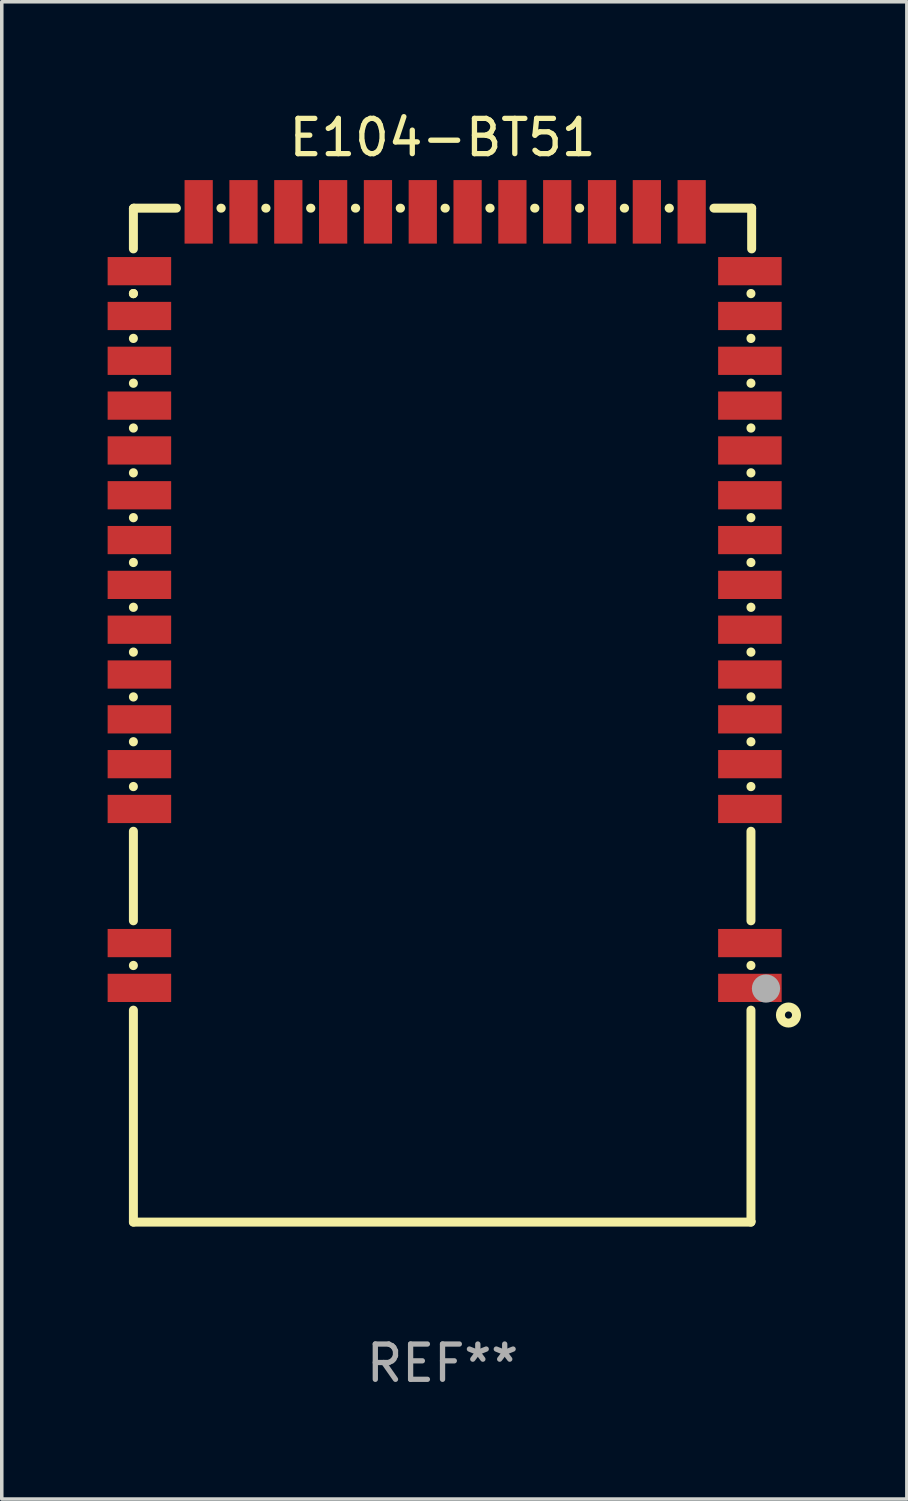
<source format=kicad_pcb>
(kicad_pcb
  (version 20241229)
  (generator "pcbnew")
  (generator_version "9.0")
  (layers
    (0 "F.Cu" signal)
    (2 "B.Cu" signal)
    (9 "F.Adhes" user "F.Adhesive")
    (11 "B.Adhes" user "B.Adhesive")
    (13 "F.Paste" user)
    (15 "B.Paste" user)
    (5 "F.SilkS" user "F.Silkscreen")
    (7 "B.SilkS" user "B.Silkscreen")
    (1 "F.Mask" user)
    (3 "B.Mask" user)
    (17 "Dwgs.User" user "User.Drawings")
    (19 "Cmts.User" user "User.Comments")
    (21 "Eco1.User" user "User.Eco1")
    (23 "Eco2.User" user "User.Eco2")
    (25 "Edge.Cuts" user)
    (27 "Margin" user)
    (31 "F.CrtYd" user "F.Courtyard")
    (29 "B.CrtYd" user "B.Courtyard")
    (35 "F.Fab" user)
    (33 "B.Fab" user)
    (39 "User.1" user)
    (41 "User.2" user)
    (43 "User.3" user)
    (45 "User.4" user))
  (footprint "E104-BT51"
    (layer "F.Cu")
    (at 9.49 17.215)
    (property "Reference" "E104-BT51" (at 0 -16.366 0) (layer "F.SilkS") (effects (font (size 1 1) (thickness 0.15))))
    (attr through_hole)
    (fp_line (start -8.76 -14.356) (end -8.75 -14.366) (stroke (width 0.254) (type solid)) (layer "F.SilkS"))
    (fp_line (start -8.76 -13.212) (end -8.76 -14.356) (stroke (width 0.254) (type solid)) (layer "F.SilkS"))
    (fp_line (start -8.76 -11.942) (end -8.76 -11.95) (stroke (width 0.254) (type solid)) (layer "F.SilkS"))
    (fp_line (start -8.76 -11.942) (end -8.76 -11.95) (stroke (width 0.254) (type solid)) (layer "F.SilkS"))
    (fp_line (start -8.76 -10.672) (end -8.76 -10.68) (stroke (width 0.254) (type solid)) (layer "F.SilkS"))
    (fp_line (start -8.76 -9.402) (end -8.76 -9.41) (stroke (width 0.254) (type solid)) (layer "F.SilkS"))
    (fp_line (start -8.76 -8.132) (end -8.76 -8.14) (stroke (width 0.254) (type solid)) (layer "F.SilkS"))
    (fp_line (start -8.76 -6.862) (end -8.76 -6.87) (stroke (width 0.254) (type solid)) (layer "F.SilkS"))
    (fp_line (start -8.76 -5.592) (end -8.76 -5.6) (stroke (width 0.254) (type solid)) (layer "F.SilkS"))
    (fp_line (start -8.76 -4.322) (end -8.76 -4.33) (stroke (width 0.254) (type solid)) (layer "F.SilkS"))
    (fp_line (start -8.76 -3.052) (end -8.76 -3.06) (stroke (width 0.254) (type solid)) (layer "F.SilkS"))
    (fp_line (start -8.76 -1.782) (end -8.76 -1.79) (stroke (width 0.254) (type solid)) (layer "F.SilkS"))
    (fp_line (start -8.76 -0.512) (end -8.76 -0.52) (stroke (width 0.254) (type solid)) (layer "F.SilkS"))
    (fp_line (start -8.76 0.758) (end -8.76 0.75) (stroke (width 0.254) (type solid)) (layer "F.SilkS"))
    (fp_line (start -8.76 2.028) (end -8.76 2.02) (stroke (width 0.254) (type solid)) (layer "F.SilkS"))
    (fp_line (start -8.76 5.828) (end -8.76 3.29) (stroke (width 0.254) (type solid)) (layer "F.SilkS"))
    (fp_line (start -8.76 7.098) (end -8.76 7.09) (stroke (width 0.254) (type solid)) (layer "F.SilkS"))
    (fp_line (start -8.76 14.366) (end -8.76 8.36) (stroke (width 0.254) (type solid)) (layer "F.SilkS"))
    (fp_line (start -8.75 -14.366) (end -7.541 -14.366) (stroke (width 0.254) (type solid)) (layer "F.SilkS"))
    (fp_line (start -6.279 -14.366) (end -6.271 -14.366) (stroke (width 0.254) (type solid)) (layer "F.SilkS"))
    (fp_line (start -5.009 -14.366) (end -5.001 -14.366) (stroke (width 0.254) (type solid)) (layer "F.SilkS"))
    (fp_line (start -3.739 -14.366) (end -3.731 -14.366) (stroke (width 0.254) (type solid)) (layer "F.SilkS"))
    (fp_line (start -2.469 -14.366) (end -2.461 -14.366) (stroke (width 0.254) (type solid)) (layer "F.SilkS"))
    (fp_line (start -1.199 -14.366) (end -1.191 -14.366) (stroke (width 0.254) (type solid)) (layer "F.SilkS"))
    (fp_line (start 0.071 -14.366) (end 0.079 -14.366) (stroke (width 0.254) (type solid)) (layer "F.SilkS"))
    (fp_line (start 1.341 -14.366) (end 1.349 -14.366) (stroke (width 0.254) (type solid)) (layer "F.SilkS"))
    (fp_line (start 2.611 -14.366) (end 2.619 -14.366) (stroke (width 0.254) (type solid)) (layer "F.SilkS"))
    (fp_line (start 3.881 -14.366) (end 3.889 -14.366) (stroke (width 0.254) (type solid)) (layer "F.SilkS"))
    (fp_line (start 5.151 -14.366) (end 5.159 -14.366) (stroke (width 0.254) (type solid)) (layer "F.SilkS"))
    (fp_line (start 6.421 -14.366) (end 6.429 -14.366) (stroke (width 0.254) (type solid)) (layer "F.SilkS"))
    (fp_line (start 7.691 -14.366) (end 8.76 -14.366) (stroke (width 0.254) (type solid)) (layer "F.SilkS"))
    (fp_line (start 8.74 -11.95) (end 8.74 -11.942) (stroke (width 0.254) (type solid)) (layer "F.SilkS"))
    (fp_line (start 8.74 -10.68) (end 8.74 -10.672) (stroke (width 0.254) (type solid)) (layer "F.SilkS"))
    (fp_line (start 8.74 -9.41) (end 8.74 -9.402) (stroke (width 0.254) (type solid)) (layer "F.SilkS"))
    (fp_line (start 8.74 -8.14) (end 8.74 -8.132) (stroke (width 0.254) (type solid)) (layer "F.SilkS"))
    (fp_line (start 8.74 -6.87) (end 8.74 -6.862) (stroke (width 0.254) (type solid)) (layer "F.SilkS"))
    (fp_line (start 8.74 -5.6) (end 8.74 -5.592) (stroke (width 0.254) (type solid)) (layer "F.SilkS"))
    (fp_line (start 8.74 -4.33) (end 8.74 -4.322) (stroke (width 0.254) (type solid)) (layer "F.SilkS"))
    (fp_line (start 8.74 -3.06) (end 8.74 -3.052) (stroke (width 0.254) (type solid)) (layer "F.SilkS"))
    (fp_line (start 8.74 -1.79) (end 8.74 -1.782) (stroke (width 0.254) (type solid)) (layer "F.SilkS"))
    (fp_line (start 8.74 -0.52) (end 8.74 -0.512) (stroke (width 0.254) (type solid)) (layer "F.SilkS"))
    (fp_line (start 8.74 0.75) (end 8.74 0.758) (stroke (width 0.254) (type solid)) (layer "F.SilkS"))
    (fp_line (start 8.74 2.02) (end 8.74 2.028) (stroke (width 0.254) (type solid)) (layer "F.SilkS"))
    (fp_line (start 8.74 3.29) (end 8.74 5.828) (stroke (width 0.254) (type solid)) (layer "F.SilkS"))
    (fp_line (start 8.74 7.09) (end 8.74 7.098) (stroke (width 0.254) (type solid)) (layer "F.SilkS"))
    (fp_line (start 8.74 8.36) (end 8.74 14.366) (stroke (width 0.254) (type solid)) (layer "F.SilkS"))
    (fp_line (start 8.74 14.366) (end -8.76 14.366) (stroke (width 0.254) (type solid)) (layer "F.SilkS"))
    (fp_line (start 8.76 -14.366) (end 8.76 -13.212) (stroke (width 0.254) (type solid)) (layer "F.SilkS"))
    (fp_circle (center 8.81 14.339) (end 8.84 14.339) (stroke (width 0.06) (type solid)) (fill no) (layer "F.SilkS"))
    (fp_circle (center 9.803 8.498) (end 10.031 8.498) (stroke (width 0.254) (type solid)) (fill no) (layer "F.SilkS"))
    (fp_circle (center 9.166 7.747) (end 9.366 7.747) (stroke (width 0.4) (type solid)) (fill no) (layer "F.Fab"))
    (fp_text user "REF**" (at 0 18.366 0) (layer "F.Fab") (effects (font (size 1 1) (thickness 0.15))))
    (pad "1" smd rect (at 8.71 7.729 180) (size 1.8 0.8) (layers "F.Cu" "F.Mask" "F.Paste"))
    (pad "2" smd rect (at 8.71 6.459 180) (size 1.8 0.8) (layers "F.Cu" "F.Mask" "F.Paste"))
    (pad "3" smd rect (at 8.71 2.659 180) (size 1.8 0.8) (layers "F.Cu" "F.Mask" "F.Paste"))
    (pad "4" smd rect (at 8.71 1.389 180) (size 1.8 0.8) (layers "F.Cu" "F.Mask" "F.Paste"))
    (pad "5" smd rect (at 8.71 0.119 180) (size 1.8 0.8) (layers "F.Cu" "F.Mask" "F.Paste"))
    (pad "6" smd rect (at 8.71 -1.151 180) (size 1.8 0.8) (layers "F.Cu" "F.Mask" "F.Paste"))
    (pad "7" smd rect (at 8.71 -2.421 180) (size 1.8 0.8) (layers "F.Cu" "F.Mask" "F.Paste"))
    (pad "8" smd rect (at 8.71 -3.691 180) (size 1.8 0.8) (layers "F.Cu" "F.Mask" "F.Paste"))
    (pad "9" smd rect (at 8.71 -4.961 180) (size 1.8 0.8) (layers "F.Cu" "F.Mask" "F.Paste"))
    (pad "10" smd rect (at 8.71 -6.231 180) (size 1.8 0.8) (layers "F.Cu" "F.Mask" "F.Paste"))
    (pad "11" smd rect (at 8.71 -7.501 180) (size 1.8 0.8) (layers "F.Cu" "F.Mask" "F.Paste"))
    (pad "12" smd rect (at 8.71 -8.771 180) (size 1.8 0.8) (layers "F.Cu" "F.Mask" "F.Paste"))
    (pad "13" smd rect (at 8.71 -10.041 180) (size 1.8 0.8) (layers "F.Cu" "F.Mask" "F.Paste"))
    (pad "14" smd rect (at 8.71 -11.311 180) (size 1.8 0.8) (layers "F.Cu" "F.Mask" "F.Paste"))
    (pad "15" smd rect (at 8.71 -12.581 180) (size 1.8 0.8) (layers "F.Cu" "F.Mask" "F.Paste"))
    (pad "16" smd rect (at 7.06 -14.262 270) (size 1.8 0.8) (layers "F.Cu" "F.Mask" "F.Paste"))
    (pad "17" smd rect (at 5.79 -14.262 270) (size 1.8 0.8) (layers "F.Cu" "F.Mask" "F.Paste"))
    (pad "18" smd rect (at 4.52 -14.262 270) (size 1.8 0.8) (layers "F.Cu" "F.Mask" "F.Paste"))
    (pad "19" smd rect (at 3.25 -14.262 270) (size 1.8 0.8) (layers "F.Cu" "F.Mask" "F.Paste"))
    (pad "20" smd rect (at 1.98 -14.262 270) (size 1.8 0.8) (layers "F.Cu" "F.Mask" "F.Paste"))
    (pad "21" smd rect (at 0.71 -14.262 270) (size 1.8 0.8) (layers "F.Cu" "F.Mask" "F.Paste"))
    (pad "22" smd rect (at -0.56 -14.262 270) (size 1.8 0.8) (layers "F.Cu" "F.Mask" "F.Paste"))
    (pad "23" smd rect (at -1.83 -14.262 270) (size 1.8 0.8) (layers "F.Cu" "F.Mask" "F.Paste"))
    (pad "24" smd rect (at -3.1 -14.262 270) (size 1.8 0.8) (layers "F.Cu" "F.Mask" "F.Paste"))
    (pad "25" smd rect (at -4.37 -14.262 270) (size 1.8 0.8) (layers "F.Cu" "F.Mask" "F.Paste"))
    (pad "26" smd rect (at -5.64 -14.262 270) (size 1.8 0.8) (layers "F.Cu" "F.Mask" "F.Paste"))
    (pad "27" smd rect (at -6.91 -14.262 270) (size 1.8 0.8) (layers "F.Cu" "F.Mask" "F.Paste"))
    (pad "28" smd rect (at -8.59 -12.581) (size 1.8 0.8) (layers "F.Cu" "F.Mask" "F.Paste"))
    (pad "29" smd rect (at -8.59 -11.311) (size 1.8 0.8) (layers "F.Cu" "F.Mask" "F.Paste"))
    (pad "30" smd rect (at -8.59 -10.041) (size 1.8 0.8) (layers "F.Cu" "F.Mask" "F.Paste"))
    (pad "31" smd rect (at -8.59 -8.771) (size 1.8 0.8) (layers "F.Cu" "F.Mask" "F.Paste"))
    (pad "32" smd rect (at -8.59 -7.501) (size 1.8 0.8) (layers "F.Cu" "F.Mask" "F.Paste"))
    (pad "33" smd rect (at -8.59 -6.231) (size 1.8 0.8) (layers "F.Cu" "F.Mask" "F.Paste"))
    (pad "34" smd rect (at -8.59 -4.961) (size 1.8 0.8) (layers "F.Cu" "F.Mask" "F.Paste"))
    (pad "35" smd rect (at -8.59 -3.691) (size 1.8 0.8) (layers "F.Cu" "F.Mask" "F.Paste"))
    (pad "36" smd rect (at -8.59 -2.421) (size 1.8 0.8) (layers "F.Cu" "F.Mask" "F.Paste"))
    (pad "37" smd rect (at -8.59 -1.151) (size 1.8 0.8) (layers "F.Cu" "F.Mask" "F.Paste"))
    (pad "38" smd rect (at -8.59 0.119) (size 1.8 0.8) (layers "F.Cu" "F.Mask" "F.Paste"))
    (pad "39" smd rect (at -8.59 1.389) (size 1.8 0.8) (layers "F.Cu" "F.Mask" "F.Paste"))
    (pad "40" smd rect (at -8.59 2.659) (size 1.8 0.8) (layers "F.Cu" "F.Mask" "F.Paste"))
    (pad "41" smd rect (at -8.59 6.459) (size 1.8 0.8) (layers "F.Cu" "F.Mask" "F.Paste"))
    (pad "42" smd rect (at -8.59 7.729) (size 1.8 0.8) (layers "F.Cu" "F.Mask" "F.Paste")))
  (gr_rect
    (start -3 -3)
    (end 22.648 39.429)
    (stroke (width 0.1) (type default))
    (fill no)
    (layer "Edge.Cuts")))
</source>
